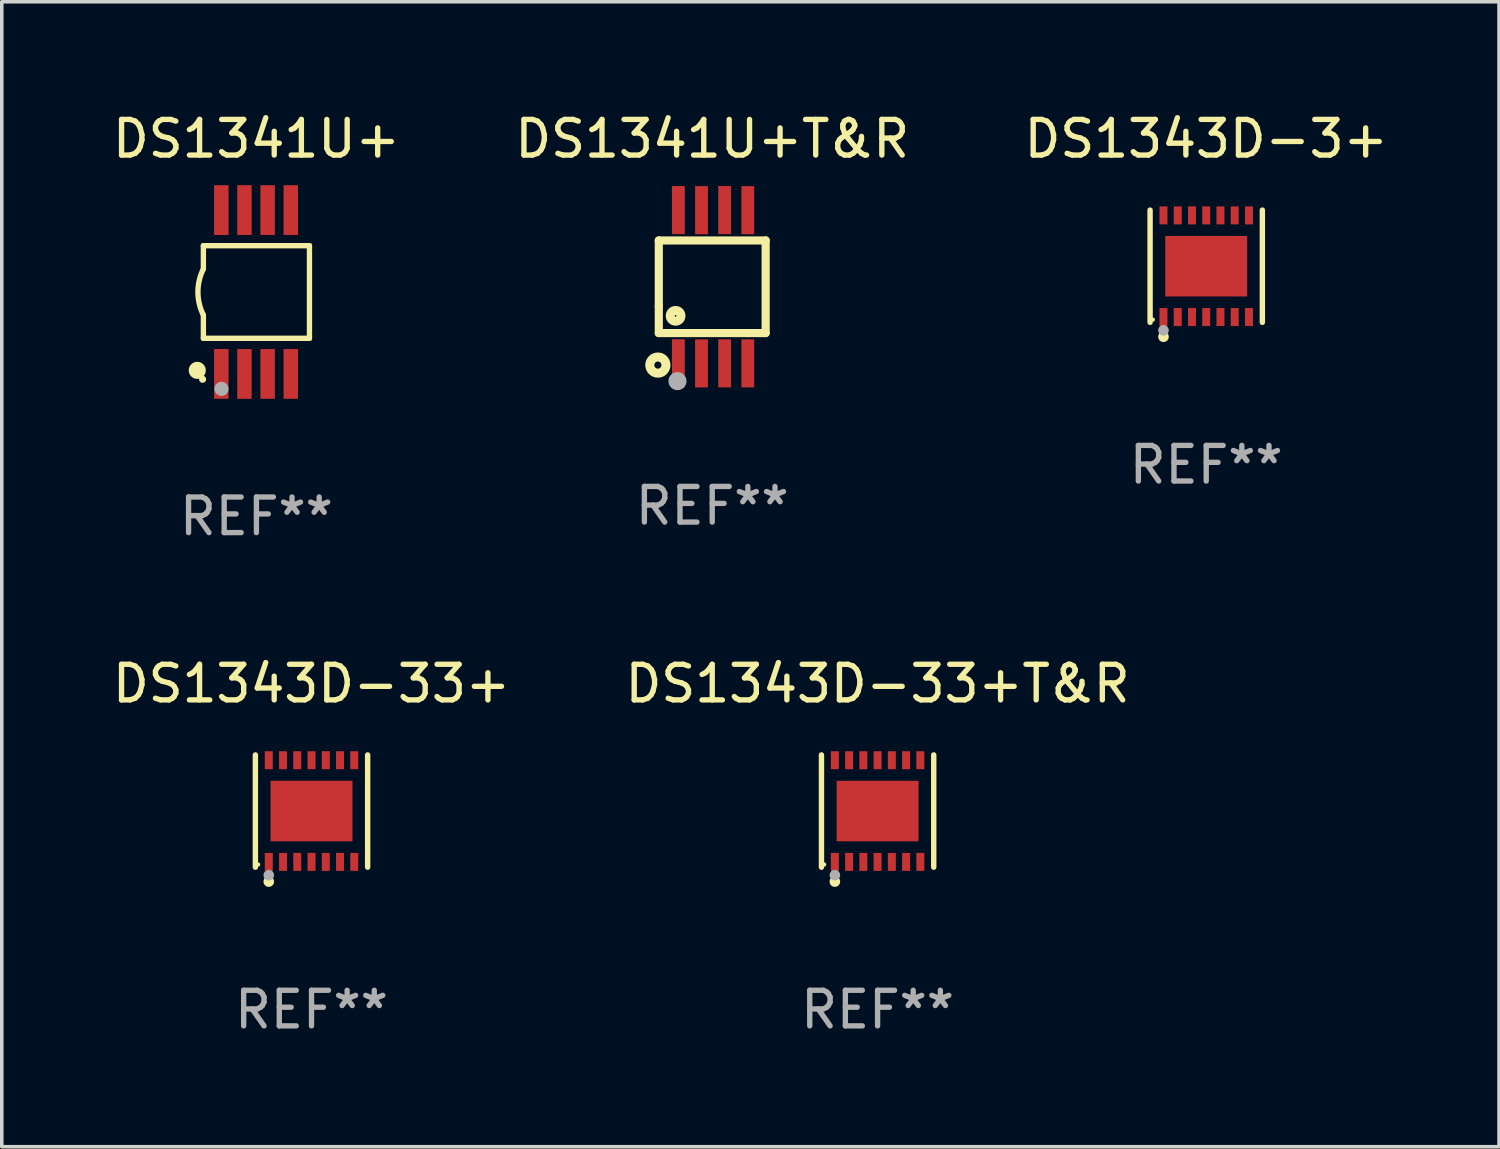
<source format=kicad_pcb>
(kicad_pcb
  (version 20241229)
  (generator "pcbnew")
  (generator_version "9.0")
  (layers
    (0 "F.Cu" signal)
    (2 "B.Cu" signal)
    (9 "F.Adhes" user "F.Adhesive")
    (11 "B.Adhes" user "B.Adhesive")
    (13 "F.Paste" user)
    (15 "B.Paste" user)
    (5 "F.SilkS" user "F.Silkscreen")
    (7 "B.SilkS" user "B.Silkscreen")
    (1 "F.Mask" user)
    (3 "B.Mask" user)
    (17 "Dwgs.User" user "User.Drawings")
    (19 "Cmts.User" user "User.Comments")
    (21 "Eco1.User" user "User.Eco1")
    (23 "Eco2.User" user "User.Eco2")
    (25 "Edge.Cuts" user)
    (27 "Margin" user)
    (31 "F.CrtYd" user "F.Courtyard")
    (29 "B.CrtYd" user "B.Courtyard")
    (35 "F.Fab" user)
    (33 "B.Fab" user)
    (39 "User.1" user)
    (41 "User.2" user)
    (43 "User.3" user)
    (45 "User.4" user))
  (footprint "DS1341U+T&R"
    (layer "F.Cu")
    (at 16.946 5)
    (property "Reference" "DS1341U+T&R" (at 0 -4.152 0) (layer "F.SilkS") (effects (font (size 1 1) (thickness 0.15))))
    (attr through_hole)
    (fp_line (start -1.5 1.301) (end 1 1.301) (stroke (width 0.229) (type solid)) (layer "F.SilkS"))
    (fp_line (start -1.5 -1.299) (end -1.5 0.551) (stroke (width 0.229) (type solid)) (layer "F.SilkS"))
    (fp_line (start -1.5 0.551) (end -1.5 1.301) (stroke (width 0.229) (type solid)) (layer "F.SilkS"))
    (fp_line (start 1 1.301) (end 1.5 1.301) (stroke (width 0.229) (type solid)) (layer "F.SilkS"))
    (fp_line (start 1.5 1.301) (end 1.5 -1.299) (stroke (width 0.229) (type solid)) (layer "F.SilkS"))
    (fp_line (start 1.5 -1.299) (end -1.5 -1.299) (stroke (width 0.229) (type solid)) (layer "F.SilkS"))
    (fp_circle (center -1.526 2.2) (end -1.426 2.2) (stroke (width 0.254) (type solid)) (fill no) (layer "F.SilkS"))
    (fp_circle (center -1.476 2.45) (end -1.446 2.45) (stroke (width 0.06) (type solid)) (fill no) (layer "F.SilkS"))
    (fp_circle (center -1.028 0.817) (end -0.878 0.817) (stroke (width 0.254) (type solid)) (fill no) (layer "F.SilkS"))
    (fp_circle (center -0.976 2.65) (end -0.849 2.65) (stroke (width 0.254) (type solid)) (fill no) (layer "F.Fab"))
    (fp_text user "REF**" (at 0 6.152 0) (layer "F.Fab") (effects (font (size 1 1) (thickness 0.15))))
    (pad "1" smd rect (at -0.951 2.15) (size 0.36 1.35) (layers "F.Cu" "F.Mask" "F.Paste"))
    (pad "2" smd rect (at -0.301 2.152) (size 0.36 1.35) (layers "F.Cu" "F.Mask" "F.Paste"))
    (pad "3" smd rect (at 0.349 2.151) (size 0.36 1.35) (layers "F.Cu" "F.Mask" "F.Paste"))
    (pad "4" smd rect (at 0.999 2.152) (size 0.36 1.35) (layers "F.Cu" "F.Mask" "F.Paste"))
    (pad "5" smd rect (at 0.999 -2.149) (size 0.36 1.35) (layers "F.Cu" "F.Mask" "F.Paste"))
    (pad "6" smd rect (at 0.349 -2.152) (size 0.36 1.35) (layers "F.Cu" "F.Mask" "F.Paste"))
    (pad "7" smd rect (at -0.301 -2.149) (size 0.36 1.35) (layers "F.Cu" "F.Mask" "F.Paste"))
    (pad "8" smd rect (at -0.951 -2.152) (size 0.36 1.35) (layers "F.Cu" "F.Mask" "F.Paste")))
  (footprint "DS1343D-33+T&R"
    (layer "F.Cu")
    (at 21.589 19.721)
    (property "Reference" "DS1343D-33+T&R" (at 0 -3.576 0) (layer "F.SilkS") (effects (font (size 1 1) (thickness 0.15))))
    (attr through_hole)
    (fp_line (start -1.576 1.576) (end -1.576 -1.576) (stroke (width 0.152) (type solid)) (layer "F.SilkS"))
    (fp_line (start 1.576 1.576) (end 1.576 -1.576) (stroke (width 0.152) (type solid)) (layer "F.SilkS"))
    (fp_circle (center -1.5 1.5) (end -1.47 1.5) (stroke (width 0.06) (type solid)) (fill no) (layer "F.SilkS"))
    (fp_circle (center -1.2 1.98) (end -1.125 1.98) (stroke (width 0.15) (type solid)) (fill no) (layer "F.SilkS"))
    (fp_circle (center -1.2 1.8) (end -1.125 1.8) (stroke (width 0.15) (type solid)) (fill no) (layer "F.Fab"))
    (fp_text user "REF**" (at 0 5.576 0) (layer "F.Fab") (effects (font (size 1 1) (thickness 0.15))))
    (pad "1" smd rect (at -1.2 1.427) (size 0.224 0.505) (layers "F.Cu" "F.Mask" "F.Paste"))
    (pad "2" smd rect (at -0.8 1.427) (size 0.224 0.505) (layers "F.Cu" "F.Mask" "F.Paste"))
    (pad "3" smd rect (at -0.4 1.427) (size 0.224 0.505) (layers "F.Cu" "F.Mask" "F.Paste"))
    (pad "4" smd rect (at 0 1.427) (size 0.224 0.505) (layers "F.Cu" "F.Mask" "F.Paste"))
    (pad "5" smd rect (at 0.4 1.427) (size 0.224 0.505) (layers "F.Cu" "F.Mask" "F.Paste"))
    (pad "6" smd rect (at 0.8 1.427) (size 0.224 0.505) (layers "F.Cu" "F.Mask" "F.Paste"))
    (pad "7" smd rect (at 1.2 1.427) (size 0.224 0.505) (layers "F.Cu" "F.Mask" "F.Paste"))
    (pad "8" smd rect (at 1.2 -1.427) (size 0.224 0.505) (layers "F.Cu" "F.Mask" "F.Paste"))
    (pad "9" smd rect (at 0.8 -1.427) (size 0.224 0.505) (layers "F.Cu" "F.Mask" "F.Paste"))
    (pad "10" smd rect (at 0.4 -1.427) (size 0.224 0.505) (layers "F.Cu" "F.Mask" "F.Paste"))
    (pad "11" smd rect (at 0 -1.427) (size 0.224 0.505) (layers "F.Cu" "F.Mask" "F.Paste"))
    (pad "12" smd rect (at -0.4 -1.427) (size 0.224 0.505) (layers "F.Cu" "F.Mask" "F.Paste"))
    (pad "13" smd rect (at -0.8 -1.427) (size 0.224 0.505) (layers "F.Cu" "F.Mask" "F.Paste"))
    (pad "14" smd rect (at -1.2 -1.427) (size 0.224 0.505) (layers "F.Cu" "F.Mask" "F.Paste"))
    (pad "15" smd rect (at 0 0) (size 2.3 1.7) (layers "F.Cu" "F.Mask" "F.Paste")))
  (footprint "DS1343D-3+"
    (layer "F.Cu")
    (at 30.815 4.424)
    (property "Reference" "DS1343D-3+" (at 0 -3.576 0) (layer "F.SilkS") (effects (font (size 1 1) (thickness 0.15))))
    (attr through_hole)
    (fp_line (start -1.576 1.576) (end -1.576 -1.576) (stroke (width 0.152) (type solid)) (layer "F.SilkS"))
    (fp_line (start 1.576 1.576) (end 1.576 -1.576) (stroke (width 0.152) (type solid)) (layer "F.SilkS"))
    (fp_circle (center -1.5 1.5) (end -1.47 1.5) (stroke (width 0.06) (type solid)) (fill no) (layer "F.SilkS"))
    (fp_circle (center -1.2 1.98) (end -1.125 1.98) (stroke (width 0.15) (type solid)) (fill no) (layer "F.SilkS"))
    (fp_circle (center -1.2 1.8) (end -1.125 1.8) (stroke (width 0.15) (type solid)) (fill no) (layer "F.Fab"))
    (fp_text user "REF**" (at 0 5.576 0) (layer "F.Fab") (effects (font (size 1 1) (thickness 0.15))))
    (pad "1" smd rect (at -1.2 1.427) (size 0.224 0.505) (layers "F.Cu" "F.Mask" "F.Paste"))
    (pad "2" smd rect (at -0.8 1.427) (size 0.224 0.505) (layers "F.Cu" "F.Mask" "F.Paste"))
    (pad "3" smd rect (at -0.4 1.427) (size 0.224 0.505) (layers "F.Cu" "F.Mask" "F.Paste"))
    (pad "4" smd rect (at 0 1.427) (size 0.224 0.505) (layers "F.Cu" "F.Mask" "F.Paste"))
    (pad "5" smd rect (at 0.4 1.427) (size 0.224 0.505) (layers "F.Cu" "F.Mask" "F.Paste"))
    (pad "6" smd rect (at 0.8 1.427) (size 0.224 0.505) (layers "F.Cu" "F.Mask" "F.Paste"))
    (pad "7" smd rect (at 1.2 1.427) (size 0.224 0.505) (layers "F.Cu" "F.Mask" "F.Paste"))
    (pad "8" smd rect (at 1.2 -1.427) (size 0.224 0.505) (layers "F.Cu" "F.Mask" "F.Paste"))
    (pad "9" smd rect (at 0.8 -1.427) (size 0.224 0.505) (layers "F.Cu" "F.Mask" "F.Paste"))
    (pad "10" smd rect (at 0.4 -1.427) (size 0.224 0.505) (layers "F.Cu" "F.Mask" "F.Paste"))
    (pad "11" smd rect (at 0 -1.427) (size 0.224 0.505) (layers "F.Cu" "F.Mask" "F.Paste"))
    (pad "12" smd rect (at -0.4 -1.427) (size 0.224 0.505) (layers "F.Cu" "F.Mask" "F.Paste"))
    (pad "13" smd rect (at -0.8 -1.427) (size 0.224 0.505) (layers "F.Cu" "F.Mask" "F.Paste"))
    (pad "14" smd rect (at -1.2 -1.427) (size 0.224 0.505) (layers "F.Cu" "F.Mask" "F.Paste"))
    (pad "15" smd rect (at 0 0) (size 2.3 1.7) (layers "F.Cu" "F.Mask" "F.Paste")))
  (footprint "DS1341U+"
    (layer "F.Cu")
    (at 4.149 5.148)
    (property "Reference" "DS1341U+" (at 0 -4.3 0) (layer "F.SilkS") (effects (font (size 1 1) (thickness 0.15))))
    (attr through_hole)
    (fp_line (start -1.489 -1.3) (end -1.489 -0.648) (stroke (width 0.15) (type solid)) (layer "F.SilkS"))
    (fp_line (start -1.489 0.648) (end -1.489 1.3) (stroke (width 0.15) (type solid)) (layer "F.SilkS"))
    (fp_line (start -1.489 1.3) (end 1.489 1.3) (stroke (width 0.15) (type solid)) (layer "F.SilkS"))
    (fp_line (start 1.489 -1.3) (end -1.489 -1.3) (stroke (width 0.15) (type solid)) (layer "F.SilkS"))
    (fp_line (start 1.489 1.3) (end 1.489 -1.3) (stroke (width 0.15) (type solid)) (layer "F.SilkS"))
    (fp_arc (start -1.489205 0.647702) (mid -1.642107 0) (end -1.489205 -0.647701) (stroke (width 0.150013) (type solid)) (layer "F.SilkS"))
    (fp_circle (center -1.661 2.2) (end -1.541 2.2) (stroke (width 0.24) (type solid)) (fill no) (layer "F.SilkS"))
    (fp_circle (center -1.511 2.45) (end -1.461 2.45) (stroke (width 0.1) (type solid)) (fill no) (layer "F.SilkS"))
    (fp_circle (center -0.981 2.72) (end -0.881 2.72) (stroke (width 0.2) (type solid)) (fill no) (layer "F.Fab"))
    (fp_text user "REF**" (at 0 6.3 0) (layer "F.Fab") (effects (font (size 1 1) (thickness 0.15))))
    (pad "1" smd rect (at -0.986 2.3) (size 0.406 1.397) (layers "F.Cu" "F.Mask" "F.Paste"))
    (pad "2" smd rect (at -0.336 2.3) (size 0.406 1.397) (layers "F.Cu" "F.Mask" "F.Paste"))
    (pad "3" smd rect (at 0.314 2.3) (size 0.406 1.397) (layers "F.Cu" "F.Mask" "F.Paste"))
    (pad "4" smd rect (at 0.964 2.3) (size 0.406 1.397) (layers "F.Cu" "F.Mask" "F.Paste"))
    (pad "5" smd rect (at 0.964 -2.3) (size 0.406 1.397) (layers "F.Cu" "F.Mask" "F.Paste"))
    (pad "6" smd rect (at 0.314 -2.3) (size 0.406 1.397) (layers "F.Cu" "F.Mask" "F.Paste"))
    (pad "7" smd rect (at -0.336 -2.3) (size 0.406 1.397) (layers "F.Cu" "F.Mask" "F.Paste"))
    (pad "8" smd rect (at -0.986 -2.3) (size 0.406 1.397) (layers "F.Cu" "F.Mask" "F.Paste")))
  (footprint "DS1343D-33+"
    (layer "F.Cu")
    (at 5.696 19.721)
    (property "Reference" "DS1343D-33+" (at 0 -3.576 0) (layer "F.SilkS") (effects (font (size 1 1) (thickness 0.15))))
    (attr through_hole)
    (fp_line (start -1.576 1.576) (end -1.576 -1.576) (stroke (width 0.152) (type solid)) (layer "F.SilkS"))
    (fp_line (start 1.576 1.576) (end 1.576 -1.576) (stroke (width 0.152) (type solid)) (layer "F.SilkS"))
    (fp_circle (center -1.5 1.5) (end -1.47 1.5) (stroke (width 0.06) (type solid)) (fill no) (layer "F.SilkS"))
    (fp_circle (center -1.2 1.98) (end -1.125 1.98) (stroke (width 0.15) (type solid)) (fill no) (layer "F.SilkS"))
    (fp_circle (center -1.2 1.8) (end -1.125 1.8) (stroke (width 0.15) (type solid)) (fill no) (layer "F.Fab"))
    (fp_text user "REF**" (at 0 5.576 0) (layer "F.Fab") (effects (font (size 1 1) (thickness 0.15))))
    (pad "1" smd rect (at -1.2 1.427) (size 0.224 0.505) (layers "F.Cu" "F.Mask" "F.Paste"))
    (pad "2" smd rect (at -0.8 1.427) (size 0.224 0.505) (layers "F.Cu" "F.Mask" "F.Paste"))
    (pad "3" smd rect (at -0.4 1.427) (size 0.224 0.505) (layers "F.Cu" "F.Mask" "F.Paste"))
    (pad "4" smd rect (at 0 1.427) (size 0.224 0.505) (layers "F.Cu" "F.Mask" "F.Paste"))
    (pad "5" smd rect (at 0.4 1.427) (size 0.224 0.505) (layers "F.Cu" "F.Mask" "F.Paste"))
    (pad "6" smd rect (at 0.8 1.427) (size 0.224 0.505) (layers "F.Cu" "F.Mask" "F.Paste"))
    (pad "7" smd rect (at 1.2 1.427) (size 0.224 0.505) (layers "F.Cu" "F.Mask" "F.Paste"))
    (pad "8" smd rect (at 1.2 -1.427) (size 0.224 0.505) (layers "F.Cu" "F.Mask" "F.Paste"))
    (pad "9" smd rect (at 0.8 -1.427) (size 0.224 0.505) (layers "F.Cu" "F.Mask" "F.Paste"))
    (pad "10" smd rect (at 0.4 -1.427) (size 0.224 0.505) (layers "F.Cu" "F.Mask" "F.Paste"))
    (pad "11" smd rect (at 0 -1.427) (size 0.224 0.505) (layers "F.Cu" "F.Mask" "F.Paste"))
    (pad "12" smd rect (at -0.4 -1.427) (size 0.224 0.505) (layers "F.Cu" "F.Mask" "F.Paste"))
    (pad "13" smd rect (at -0.8 -1.427) (size 0.224 0.505) (layers "F.Cu" "F.Mask" "F.Paste"))
    (pad "14" smd rect (at -1.2 -1.427) (size 0.224 0.505) (layers "F.Cu" "F.Mask" "F.Paste"))
    (pad "15" smd rect (at 0 0) (size 2.3 1.7) (layers "F.Cu" "F.Mask" "F.Paste")))
  (gr_rect
    (start -3 -3)
    (end 39.036 29.145)
    (stroke (width 0.1) (type default))
    (fill no)
    (layer "Edge.Cuts")))
</source>
